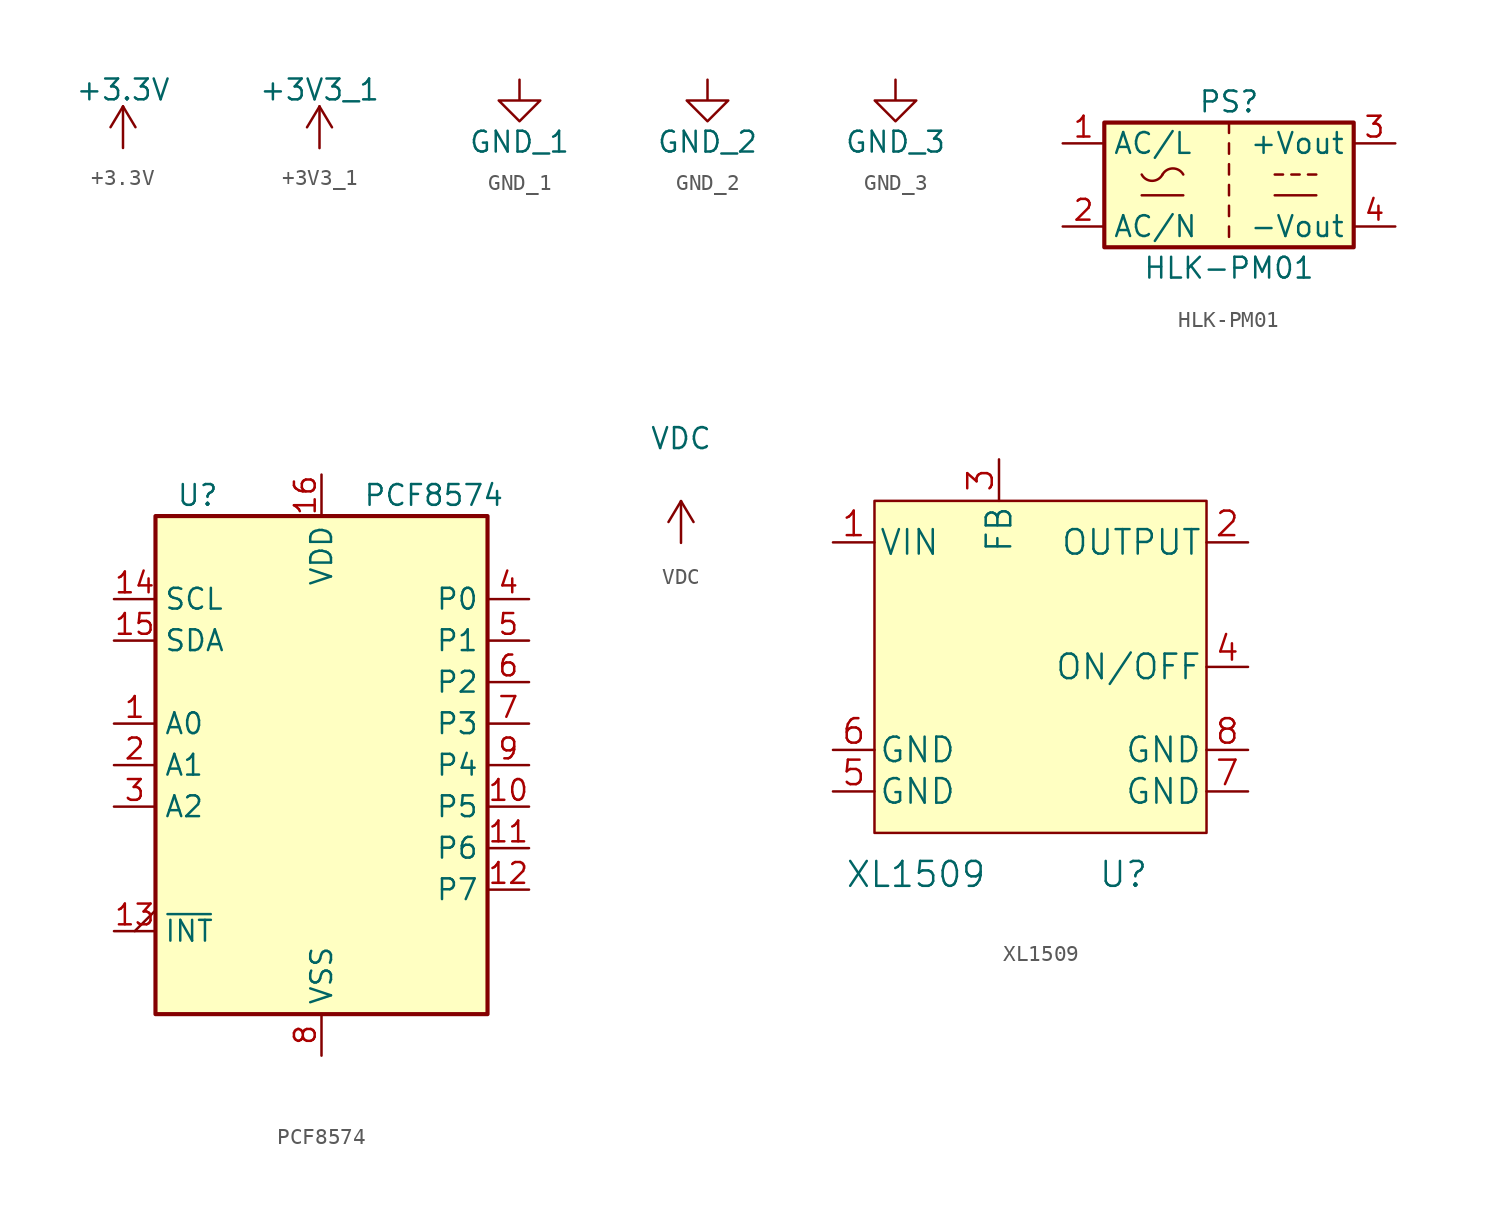
<source format=kicad_sym>
(kicad_symbol_lib
  (version 20241209)
  (generator "kicad_symbol_editor")
  (generator_version "9.0")
  (symbol "+3.3V"
    (power)
    (pin_names
      (offset 0))
    (property "Reference" "#PWR"
      (at 0 -3.81 0)
      (effects (font (size 1.27 1.27)) (hide yes)))
    (property "Value" "+3.3V"
      (at 0 3.556 0)
      (effects (font (size 1.27 1.27))))
    (symbol "+3.3V_0_1"
      (polyline (pts (xy -0.762 1.27) (xy 0 2.54)) (stroke (width 0) (type default)) (fill (type none)))
      (polyline (pts (xy 0 2.54) (xy 0.762 1.27)) (stroke (width 0) (type default)) (fill (type none)))
      (polyline (pts (xy 0 0) (xy 0 2.54)) (stroke (width 0) (type default)) (fill (type none))))
    (symbol "+3.3V_1_1"
      (pin power_in line (at 0 0 90) (length 0) (hide yes) (name "+3.3V" (effects (font (size 1.27 1.27)))) (number "1" (effects (font (size 1.27 1.27)))))))
  (symbol "+3V3_1"
    (power)
    (pin_names
      (offset 0))
    (property "Reference" "#PWR"
      (at 0 -3.81 0)
      (effects (font (size 1.27 1.27)) (hide yes)))
    (property "Value" "+3V3_1"
      (at 0 3.556 0)
      (effects (font (size 1.27 1.27))))
    (symbol "+3V3_1_0_1"
      (polyline (pts (xy -0.762 1.27) (xy 0 2.54)) (stroke (width 0) (type default)) (fill (type none)))
      (polyline (pts (xy 0 2.54) (xy 0.762 1.27)) (stroke (width 0) (type default)) (fill (type none)))
      (polyline (pts (xy 0 0) (xy 0 2.54)) (stroke (width 0) (type default)) (fill (type none))))
    (symbol "+3V3_1_1_1"
      (pin power_in line (at 0 0 90) (length 0) (hide yes) (name "+3V3" (effects (font (size 1.27 1.27)))) (number "1" (effects (font (size 1.27 1.27)))))))
  (symbol "GND_1"
    (power)
    (pin_names
      (offset 0))
    (property "Reference" "#PWR"
      (at 0 -6.35 0)
      (effects (font (size 1.27 1.27)) (hide yes)))
    (property "Value" "GND_1"
      (at 0 -3.81 0)
      (effects (font (size 1.27 1.27))))
    (symbol "GND_1_0_1"
      (polyline (pts (xy 0 0) (xy 0 -1.27) (xy 1.27 -1.27) (xy 0 -2.54) (xy -1.27 -1.27) (xy 0 -1.27)) (stroke (width 0) (type default)) (fill (type none))))
    (symbol "GND_1_1_1"
      (pin power_in line (at 0 0 270) (length 0) (hide yes) (name "GND" (effects (font (size 1.27 1.27)))) (number "1" (effects (font (size 1.27 1.27)))))))
  (symbol "GND_2"
    (power)
    (pin_names
      (offset 0))
    (property "Reference" "#PWR"
      (at 0 -6.35 0)
      (effects (font (size 1.27 1.27)) (hide yes)))
    (property "Value" "GND_2"
      (at 0 -3.81 0)
      (effects (font (size 1.27 1.27))))
    (symbol "GND_2_0_1"
      (polyline (pts (xy 0 0) (xy 0 -1.27) (xy 1.27 -1.27) (xy 0 -2.54) (xy -1.27 -1.27) (xy 0 -1.27)) (stroke (width 0) (type default)) (fill (type none))))
    (symbol "GND_2_1_1"
      (pin power_in line (at 0 0 270) (length 0) (hide yes) (name "GND" (effects (font (size 1.27 1.27)))) (number "1" (effects (font (size 1.27 1.27)))))))
  (symbol "GND_3"
    (power)
    (pin_names
      (offset 0))
    (property "Reference" "#PWR"
      (at 0 -6.35 0)
      (effects (font (size 1.27 1.27)) (hide yes)))
    (property "Value" "GND_3"
      (at 0 -3.81 0)
      (effects (font (size 1.27 1.27))))
    (symbol "GND_3_0_1"
      (polyline (pts (xy 0 0) (xy 0 -1.27) (xy 1.27 -1.27) (xy 0 -2.54) (xy -1.27 -1.27) (xy 0 -1.27)) (stroke (width 0) (type default)) (fill (type none))))
    (symbol "GND_3_1_1"
      (pin power_in line (at 0 0 270) (length 0) (hide yes) (name "GND" (effects (font (size 1.27 1.27)))) (number "1" (effects (font (size 1.27 1.27)))))))
  (symbol "HLK-PM01"
    (property "Reference" "PS"
      (at 0 5.08 0)
      (effects (font (size 1.27 1.27))))
    (property "Value" "HLK-PM01"
      (at 0 -5.08 0)
      (effects (font (size 1.27 1.27))))
    (symbol "HLK-PM01_0_1"
      (rectangle (start -7.62 3.81) (end 7.62 -3.81) (stroke (width 0.254) (type default)) (fill (type background)))
      (polyline (pts (xy -5.334 -0.635) (xy -2.794 -0.635)) (stroke (width 0) (type default)) (fill (type none)))
      (arc (start -4.064 0.635) (mid -4.699 0.2495) (end -5.334 0.635) (stroke (width 0) (type default)) (fill (type none)))
      (arc (start -4.064 0.635) (mid -3.429 1.0072) (end -2.794 0.635) (stroke (width 0) (type default)) (fill (type none)))
      (polyline (pts (xy 0 3.81) (xy 0 3.175)) (stroke (width 0) (type default)) (fill (type none)))
      (polyline (pts (xy 0 2.54) (xy 0 1.905)) (stroke (width 0) (type default)) (fill (type none)))
      (polyline (pts (xy 0 1.27) (xy 0 0.635)) (stroke (width 0) (type default)) (fill (type none)))
      (polyline (pts (xy 0 0) (xy 0 -0.635)) (stroke (width 0) (type default)) (fill (type none)))
      (polyline (pts (xy 0 -1.27) (xy 0 -1.905)) (stroke (width 0) (type default)) (fill (type none)))
      (polyline (pts (xy 0 -2.54) (xy 0 -3.175)) (stroke (width 0) (type default)) (fill (type none)))
      (polyline (pts (xy 2.794 0.635) (xy 3.302 0.635)) (stroke (width 0) (type default)) (fill (type none)))
      (polyline (pts (xy 2.794 -0.635) (xy 5.334 -0.635)) (stroke (width 0) (type default)) (fill (type none)))
      (polyline (pts (xy 3.81 0.635) (xy 4.318 0.635)) (stroke (width 0) (type default)) (fill (type none)))
      (polyline (pts (xy 4.826 0.635) (xy 5.334 0.635)) (stroke (width 0) (type default)) (fill (type none))))
    (symbol "HLK-PM01_1_1"
      (pin power_in line (at -10.16 2.54 0) (length 2.54) (name "AC/L" (effects (font (size 1.27 1.27)))) (number "1" (effects (font (size 1.27 1.27)))))
      (pin power_in line (at -10.16 -2.54 0) (length 2.54) (name "AC/N" (effects (font (size 1.27 1.27)))) (number "2" (effects (font (size 1.27 1.27)))))
      (pin power_out line (at 10.16 2.54 180) (length 2.54) (name "+Vout" (effects (font (size 1.27 1.27)))) (number "3" (effects (font (size 1.27 1.27)))))
      (pin power_out line (at 10.16 -2.54 180) (length 2.54) (name "-Vout" (effects (font (size 1.27 1.27)))) (number "4" (effects (font (size 1.27 1.27)))))))
  (symbol "PCF8574"
    (property "Reference" "U"
      (at -8.89 16.51 0)
      (effects (font (size 1.27 1.27)) (justify left)))
    (property "Value" "PCF8574"
      (at 2.54 16.51 0)
      (effects (font (size 1.27 1.27)) (justify left)))
    (symbol "PCF8574_0_1"
      (rectangle (start -10.16 15.24) (end 10.16 -15.24) (stroke (width 0.254) (type default)) (fill (type background))))
    (symbol "PCF8574_1_1"
      (pin input line (at -12.7 10.16 0) (length 2.54) (name "SCL" (effects (font (size 1.27 1.27)))) (number "14" (effects (font (size 1.27 1.27)))))
      (pin bidirectional line (at -12.7 7.62 0) (length 2.54) (name "SDA" (effects (font (size 1.27 1.27)))) (number "15" (effects (font (size 1.27 1.27)))))
      (pin input line (at -12.7 2.54 0) (length 2.54) (name "A0" (effects (font (size 1.27 1.27)))) (number "1" (effects (font (size 1.27 1.27)))))
      (pin input line (at -12.7 0 0) (length 2.54) (name "A1" (effects (font (size 1.27 1.27)))) (number "2" (effects (font (size 1.27 1.27)))))
      (pin input line (at -12.7 -2.54 0) (length 2.54) (name "A2" (effects (font (size 1.27 1.27)))) (number "3" (effects (font (size 1.27 1.27)))))
      (pin open_collector output_low (at -12.7 -10.16 0) (length 2.54) (name "~{INT}" (effects (font (size 1.27 1.27)))) (number "13" (effects (font (size 1.27 1.27)))))
      (pin power_in line (at 0 17.78 270) (length 2.54) (name "VDD" (effects (font (size 1.27 1.27)))) (number "16" (effects (font (size 1.27 1.27)))))
      (pin power_in line (at 0 -17.78 90) (length 2.54) (name "VSS" (effects (font (size 1.27 1.27)))) (number "8" (effects (font (size 1.27 1.27)))))
      (pin bidirectional line (at 12.7 10.16 180) (length 2.54) (name "P0" (effects (font (size 1.27 1.27)))) (number "4" (effects (font (size 1.27 1.27)))))
      (pin bidirectional line (at 12.7 7.62 180) (length 2.54) (name "P1" (effects (font (size 1.27 1.27)))) (number "5" (effects (font (size 1.27 1.27)))))
      (pin bidirectional line (at 12.7 5.08 180) (length 2.54) (name "P2" (effects (font (size 1.27 1.27)))) (number "6" (effects (font (size 1.27 1.27)))))
      (pin bidirectional line (at 12.7 2.54 180) (length 2.54) (name "P3" (effects (font (size 1.27 1.27)))) (number "7" (effects (font (size 1.27 1.27)))))
      (pin bidirectional line (at 12.7 0 180) (length 2.54) (name "P4" (effects (font (size 1.27 1.27)))) (number "9" (effects (font (size 1.27 1.27)))))
      (pin bidirectional line (at 12.7 -2.54 180) (length 2.54) (name "P5" (effects (font (size 1.27 1.27)))) (number "10" (effects (font (size 1.27 1.27)))))
      (pin bidirectional line (at 12.7 -5.08 180) (length 2.54) (name "P6" (effects (font (size 1.27 1.27)))) (number "11" (effects (font (size 1.27 1.27)))))
      (pin bidirectional line (at 12.7 -7.62 180) (length 2.54) (name "P7" (effects (font (size 1.27 1.27)))) (number "12" (effects (font (size 1.27 1.27)))))))
  (symbol "VDC"
    (power)
    (pin_names
      (offset 0))
    (property "Reference" "#PWR"
      (at 0 -2.54 0)
      (effects (font (size 1.27 1.27)) (hide yes)))
    (property "Value" "VDC"
      (at 0 6.35 0)
      (effects (font (size 1.27 1.27))))
    (symbol "VDC_0_1"
      (polyline (pts (xy -0.762 1.27) (xy 0 2.54)) (stroke (width 0) (type default)) (fill (type none)))
      (polyline (pts (xy 0 2.54) (xy 0.762 1.27)) (stroke (width 0) (type default)) (fill (type none)))
      (polyline (pts (xy 0 0) (xy 0 2.54)) (stroke (width 0) (type default)) (fill (type none))))
    (symbol "VDC_1_1"
      (pin power_in line (at 0 0 90) (length 0) (hide yes) (name "VDC" (effects (font (size 1.27 1.27)))) (number "1" (effects (font (size 1.27 1.27)))))))
  (symbol "XL1509"
    (pin_names
      (offset 0.254))
    (property "Reference" "U"
      (at 5.08 -12.7 0)
      (effects (font (size 1.524 1.524))))
    (property "Value" "XL1509"
      (at -7.62 -12.7 0)
      (effects (font (size 1.524 1.524))))
    (symbol "XL1509_1_1"
      (rectangle (start -10.16 10.16) (end 10.16 -10.16) (stroke (width 0) (type default)) (fill (type background)))
      (pin power_in line (at -12.7 7.62 0) (length 2.54) (name "VIN" (effects (font (size 1.499 1.499)))) (number "1" (effects (font (size 1.499 1.499)))))
      (pin power_in line (at -12.7 -5.08 0) (length 2.54) (name "GND" (effects (font (size 1.499 1.499)))) (number "6" (effects (font (size 1.499 1.499)))))
      (pin power_in line (at -12.7 -7.62 0) (length 2.54) (name "GND" (effects (font (size 1.499 1.499)))) (number "5" (effects (font (size 1.499 1.499)))))
      (pin input line (at -2.54 12.7 270) (length 2.54) (name "FB" (effects (font (size 1.499 1.499)))) (number "3" (effects (font (size 1.499 1.499)))))
      (pin output line (at 12.7 7.62 180) (length 2.54) (name "OUTPUT" (effects (font (size 1.499 1.499)))) (number "2" (effects (font (size 1.499 1.499)))))
      (pin input line (at 12.7 0 180) (length 2.54) (name "ON/OFF" (effects (font (size 1.499 1.499)))) (number "4" (effects (font (size 1.499 1.499)))))
      (pin power_in line (at 12.7 -5.08 180) (length 2.54) (name "GND" (effects (font (size 1.499 1.499)))) (number "8" (effects (font (size 1.499 1.499)))))
      (pin power_in line (at 12.7 -7.62 180) (length 2.54) (name "GND" (effects (font (size 1.499 1.499)))) (number "7" (effects (font (size 1.499 1.499))))))))
</source>
